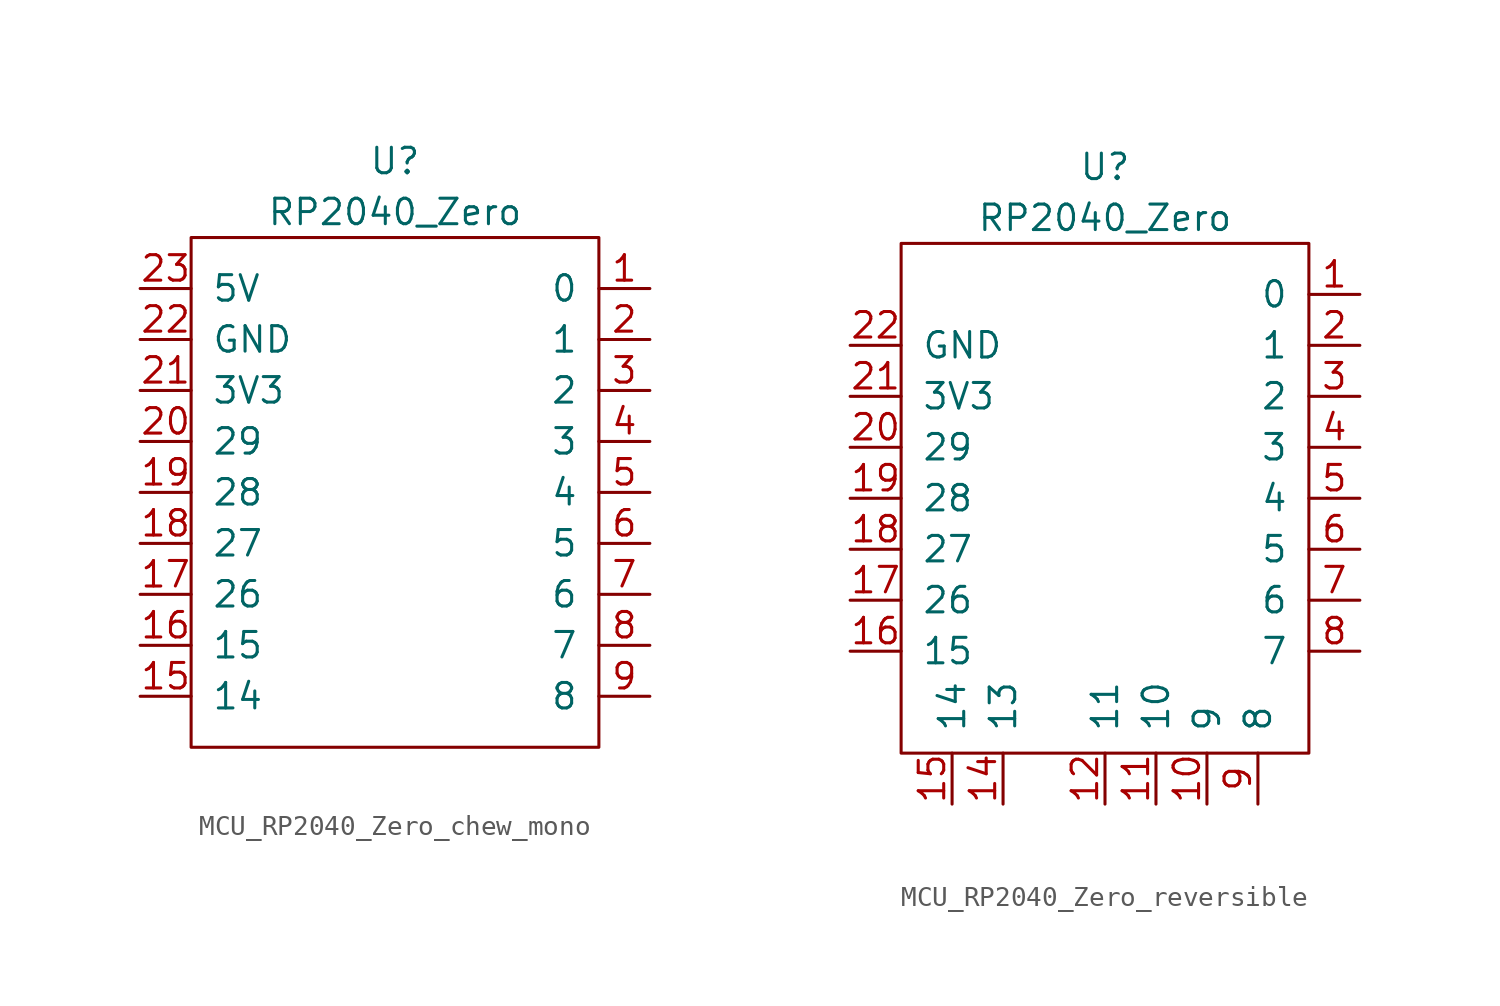
<source format=kicad_sym>
(kicad_symbol_lib
  (version 20231120)
  (generator "kicad_symbol_editor")
  (generator_version "8.0")
  (symbol "MCU_RP2040_Zero_chew_mono"
    (pin_names
      (offset 1.016))
    (property "Reference" "U"
      (at 0 15.24 0)
      (effects (font (size 1.27 1.27))))
    (property "Value" "RP2040_Zero"
      (at 0 12.7 0)
      (effects (font (size 1.27 1.27))))
    (symbol "MCU_RP2040_Zero_chew_mono_0_1"
      (rectangle (start -10.16 11.43) (end 10.16 -13.97) (stroke (width 0) (type default)) (fill (type none))))
    (symbol "MCU_RP2040_Zero_chew_mono_1_1"
      (pin bidirectional line (at 12.7 8.89 180) (length 2.54) (name "0" (effects (font (size 1.27 1.27)))) (number "1" (effects (font (size 1.27 1.27)))))
      (pin bidirectional line (at -12.7 -11.43 0) (length 2.54) (name "14" (effects (font (size 1.27 1.27)))) (number "15" (effects (font (size 1.27 1.27)))))
      (pin bidirectional line (at -12.7 -8.89 0) (length 2.54) (name "15" (effects (font (size 1.27 1.27)))) (number "16" (effects (font (size 1.27 1.27)))))
      (pin bidirectional line (at -12.7 -6.35 0) (length 2.54) (name "26" (effects (font (size 1.27 1.27)))) (number "17" (effects (font (size 1.27 1.27)))))
      (pin bidirectional line (at -12.7 -3.81 0) (length 2.54) (name "27" (effects (font (size 1.27 1.27)))) (number "18" (effects (font (size 1.27 1.27)))))
      (pin bidirectional line (at -12.7 -1.27 0) (length 2.54) (name "28" (effects (font (size 1.27 1.27)))) (number "19" (effects (font (size 1.27 1.27)))))
      (pin bidirectional line (at 12.7 6.35 180) (length 2.54) (name "1" (effects (font (size 1.27 1.27)))) (number "2" (effects (font (size 1.27 1.27)))))
      (pin bidirectional line (at -12.7 1.27 0) (length 2.54) (name "29" (effects (font (size 1.27 1.27)))) (number "20" (effects (font (size 1.27 1.27)))))
      (pin power_out line (at -12.7 3.81 0) (length 2.54) (name "3V3" (effects (font (size 1.27 1.27)))) (number "21" (effects (font (size 1.27 1.27)))))
      (pin power_out line (at -12.7 6.35 0) (length 2.54) (name "GND" (effects (font (size 1.27 1.27)))) (number "22" (effects (font (size 1.27 1.27)))))
      (pin power_out line (at -12.7 8.89 0) (length 2.54) (name "5V" (effects (font (size 1.27 1.27)))) (number "23" (effects (font (size 1.27 1.27)))))
      (pin bidirectional line (at 12.7 3.81 180) (length 2.54) (name "2" (effects (font (size 1.27 1.27)))) (number "3" (effects (font (size 1.27 1.27)))))
      (pin bidirectional line (at 12.7 1.27 180) (length 2.54) (name "3" (effects (font (size 1.27 1.27)))) (number "4" (effects (font (size 1.27 1.27)))))
      (pin bidirectional line (at 12.7 -1.27 180) (length 2.54) (name "4" (effects (font (size 1.27 1.27)))) (number "5" (effects (font (size 1.27 1.27)))))
      (pin bidirectional line (at 12.7 -3.81 180) (length 2.54) (name "5" (effects (font (size 1.27 1.27)))) (number "6" (effects (font (size 1.27 1.27)))))
      (pin bidirectional line (at 12.7 -6.35 180) (length 2.54) (name "6" (effects (font (size 1.27 1.27)))) (number "7" (effects (font (size 1.27 1.27)))))
      (pin bidirectional line (at 12.7 -8.89 180) (length 2.54) (name "7" (effects (font (size 1.27 1.27)))) (number "8" (effects (font (size 1.27 1.27)))))
      (pin bidirectional line (at 12.7 -11.43 180) (length 2.54) (name "8" (effects (font (size 1.27 1.27)))) (number "9" (effects (font (size 1.27 1.27)))))))
  (symbol "MCU_RP2040_Zero_reversible"
    (pin_names
      (offset 1.016))
    (property "Reference" "U"
      (at 0 15.24 0)
      (effects (font (size 1.27 1.27))))
    (property "Value" "RP2040_Zero"
      (at 0 12.7 0)
      (effects (font (size 1.27 1.27))))
    (symbol "MCU_RP2040_Zero_reversible_0_1"
      (rectangle (start -10.16 11.43) (end 10.16 -13.97) (stroke (width 0) (type default)) (fill (type none))))
    (symbol "MCU_RP2040_Zero_reversible_1_1"
      (pin bidirectional line (at 12.7 8.89 180) (length 2.54) (name "0" (effects (font (size 1.27 1.27)))) (number "1" (effects (font (size 1.27 1.27)))))
      (pin bidirectional line (at 5.08 -16.51 90) (length 2.54) (name "9" (effects (font (size 1.27 1.27)))) (number "10" (effects (font (size 1.27 1.27)))))
      (pin bidirectional line (at 2.54 -16.51 90) (length 2.54) (name "10" (effects (font (size 1.27 1.27)))) (number "11" (effects (font (size 1.27 1.27)))))
      (pin bidirectional line (at 0 -16.51 90) (length 2.54) (name "11" (effects (font (size 1.27 1.27)))) (number "12" (effects (font (size 1.27 1.27)))))
      (pin bidirectional line (at -5.08 -16.51 90) (length 2.54) (name "13" (effects (font (size 1.27 1.27)))) (number "14" (effects (font (size 1.27 1.27)))))
      (pin bidirectional line (at -7.62 -16.51 90) (length 2.54) (name "14" (effects (font (size 1.27 1.27)))) (number "15" (effects (font (size 1.27 1.27)))))
      (pin bidirectional line (at -12.7 -8.89 0) (length 2.54) (name "15" (effects (font (size 1.27 1.27)))) (number "16" (effects (font (size 1.27 1.27)))))
      (pin bidirectional line (at -12.7 -6.35 0) (length 2.54) (name "26" (effects (font (size 1.27 1.27)))) (number "17" (effects (font (size 1.27 1.27)))))
      (pin bidirectional line (at -12.7 -3.81 0) (length 2.54) (name "27" (effects (font (size 1.27 1.27)))) (number "18" (effects (font (size 1.27 1.27)))))
      (pin bidirectional line (at -12.7 -1.27 0) (length 2.54) (name "28" (effects (font (size 1.27 1.27)))) (number "19" (effects (font (size 1.27 1.27)))))
      (pin bidirectional line (at 12.7 6.35 180) (length 2.54) (name "1" (effects (font (size 1.27 1.27)))) (number "2" (effects (font (size 1.27 1.27)))))
      (pin bidirectional line (at -12.7 1.27 0) (length 2.54) (name "29" (effects (font (size 1.27 1.27)))) (number "20" (effects (font (size 1.27 1.27)))))
      (pin power_out line (at -12.7 3.81 0) (length 2.54) (name "3V3" (effects (font (size 1.27 1.27)))) (number "21" (effects (font (size 1.27 1.27)))))
      (pin power_out line (at -12.7 6.35 0) (length 2.54) (name "GND" (effects (font (size 1.27 1.27)))) (number "22" (effects (font (size 1.27 1.27)))))
      (pin bidirectional line (at 12.7 3.81 180) (length 2.54) (name "2" (effects (font (size 1.27 1.27)))) (number "3" (effects (font (size 1.27 1.27)))))
      (pin bidirectional line (at 12.7 1.27 180) (length 2.54) (name "3" (effects (font (size 1.27 1.27)))) (number "4" (effects (font (size 1.27 1.27)))))
      (pin bidirectional line (at 12.7 -1.27 180) (length 2.54) (name "4" (effects (font (size 1.27 1.27)))) (number "5" (effects (font (size 1.27 1.27)))))
      (pin bidirectional line (at 12.7 -3.81 180) (length 2.54) (name "5" (effects (font (size 1.27 1.27)))) (number "6" (effects (font (size 1.27 1.27)))))
      (pin bidirectional line (at 12.7 -6.35 180) (length 2.54) (name "6" (effects (font (size 1.27 1.27)))) (number "7" (effects (font (size 1.27 1.27)))))
      (pin bidirectional line (at 12.7 -8.89 180) (length 2.54) (name "7" (effects (font (size 1.27 1.27)))) (number "8" (effects (font (size 1.27 1.27)))))
      (pin bidirectional line (at 7.62 -16.51 90) (length 2.54) (name "8" (effects (font (size 1.27 1.27)))) (number "9" (effects (font (size 1.27 1.27))))))))
</source>
